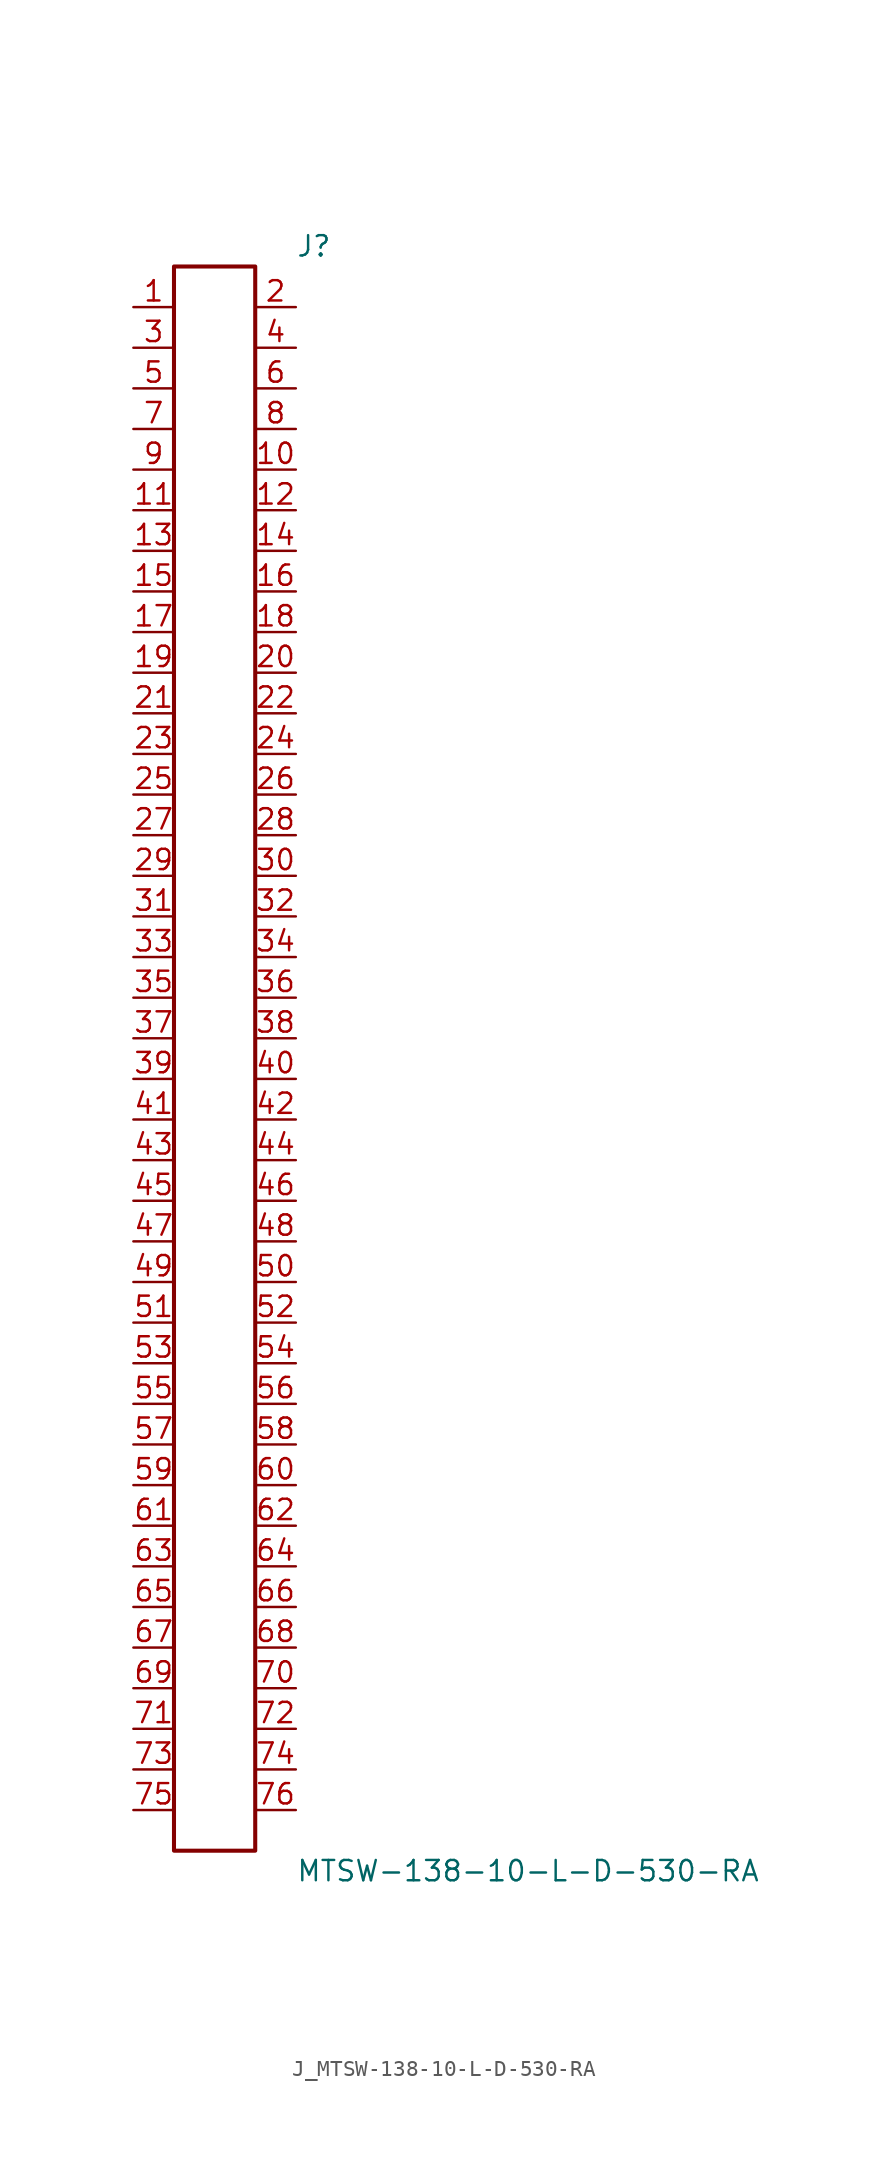
<source format=kicad_sym>
(kicad_symbol_lib
  (version 20231120)
  (generator kicad_symbol_editor)
  (generator_version 8.0)
  (symbol "J_MTSW-138-10-L-D-530-RA"
    (pin_names
      (offset 0.254))
    (property "Reference" "J"
      (at 5.08 50.8 0)
      (effects (font (size 1.27 1.27)) (justify left)))
    (property "Value" "MTSW-138-10-L-D-530-RA"
      (at 5.08 -50.8 0)
      (effects (font (size 1.27 1.27)) (justify left)))
    (symbol "J_MTSW-138-10-L-D-530-RA_0_0"
      (pin passive line (at -5.08 46.99 0) (length 2.54) (name "" (effects (font (size 1.27 1.27)))) (number "1" (effects (font (size 1.27 1.27)))))
      (pin passive line (at 5.08 46.99 180) (length 2.54) (name "" (effects (font (size 1.27 1.27)))) (number "2" (effects (font (size 1.27 1.27)))))
      (pin passive line (at -5.08 44.45 0) (length 2.54) (name "" (effects (font (size 1.27 1.27)))) (number "3" (effects (font (size 1.27 1.27)))))
      (pin passive line (at 5.08 44.45 180) (length 2.54) (name "" (effects (font (size 1.27 1.27)))) (number "4" (effects (font (size 1.27 1.27)))))
      (pin passive line (at -5.08 41.91 0) (length 2.54) (name "" (effects (font (size 1.27 1.27)))) (number "5" (effects (font (size 1.27 1.27)))))
      (pin passive line (at 5.08 41.91 180) (length 2.54) (name "" (effects (font (size 1.27 1.27)))) (number "6" (effects (font (size 1.27 1.27)))))
      (pin passive line (at -5.08 39.37 0) (length 2.54) (name "" (effects (font (size 1.27 1.27)))) (number "7" (effects (font (size 1.27 1.27)))))
      (pin passive line (at 5.08 39.37 180) (length 2.54) (name "" (effects (font (size 1.27 1.27)))) (number "8" (effects (font (size 1.27 1.27)))))
      (pin passive line (at -5.08 36.83 0) (length 2.54) (name "" (effects (font (size 1.27 1.27)))) (number "9" (effects (font (size 1.27 1.27)))))
      (pin passive line (at 5.08 36.83 180) (length 2.54) (name "" (effects (font (size 1.27 1.27)))) (number "10" (effects (font (size 1.27 1.27)))))
      (pin passive line (at -5.08 34.29 0) (length 2.54) (name "" (effects (font (size 1.27 1.27)))) (number "11" (effects (font (size 1.27 1.27)))))
      (pin passive line (at 5.08 34.29 180) (length 2.54) (name "" (effects (font (size 1.27 1.27)))) (number "12" (effects (font (size 1.27 1.27)))))
      (pin passive line (at -5.08 31.75 0) (length 2.54) (name "" (effects (font (size 1.27 1.27)))) (number "13" (effects (font (size 1.27 1.27)))))
      (pin passive line (at 5.08 31.75 180) (length 2.54) (name "" (effects (font (size 1.27 1.27)))) (number "14" (effects (font (size 1.27 1.27)))))
      (pin passive line (at -5.08 29.21 0) (length 2.54) (name "" (effects (font (size 1.27 1.27)))) (number "15" (effects (font (size 1.27 1.27)))))
      (pin passive line (at 5.08 29.21 180) (length 2.54) (name "" (effects (font (size 1.27 1.27)))) (number "16" (effects (font (size 1.27 1.27)))))
      (pin passive line (at -5.08 26.67 0) (length 2.54) (name "" (effects (font (size 1.27 1.27)))) (number "17" (effects (font (size 1.27 1.27)))))
      (pin passive line (at 5.08 26.67 180) (length 2.54) (name "" (effects (font (size 1.27 1.27)))) (number "18" (effects (font (size 1.27 1.27)))))
      (pin passive line (at -5.08 24.13 0) (length 2.54) (name "" (effects (font (size 1.27 1.27)))) (number "19" (effects (font (size 1.27 1.27)))))
      (pin passive line (at 5.08 24.13 180) (length 2.54) (name "" (effects (font (size 1.27 1.27)))) (number "20" (effects (font (size 1.27 1.27)))))
      (pin passive line (at -5.08 21.59 0) (length 2.54) (name "" (effects (font (size 1.27 1.27)))) (number "21" (effects (font (size 1.27 1.27)))))
      (pin passive line (at 5.08 21.59 180) (length 2.54) (name "" (effects (font (size 1.27 1.27)))) (number "22" (effects (font (size 1.27 1.27)))))
      (pin passive line (at -5.08 19.05 0) (length 2.54) (name "" (effects (font (size 1.27 1.27)))) (number "23" (effects (font (size 1.27 1.27)))))
      (pin passive line (at 5.08 19.05 180) (length 2.54) (name "" (effects (font (size 1.27 1.27)))) (number "24" (effects (font (size 1.27 1.27)))))
      (pin passive line (at -5.08 16.51 0) (length 2.54) (name "" (effects (font (size 1.27 1.27)))) (number "25" (effects (font (size 1.27 1.27)))))
      (pin passive line (at 5.08 16.51 180) (length 2.54) (name "" (effects (font (size 1.27 1.27)))) (number "26" (effects (font (size 1.27 1.27)))))
      (pin passive line (at -5.08 13.97 0) (length 2.54) (name "" (effects (font (size 1.27 1.27)))) (number "27" (effects (font (size 1.27 1.27)))))
      (pin passive line (at 5.08 13.97 180) (length 2.54) (name "" (effects (font (size 1.27 1.27)))) (number "28" (effects (font (size 1.27 1.27)))))
      (pin passive line (at -5.08 11.43 0) (length 2.54) (name "" (effects (font (size 1.27 1.27)))) (number "29" (effects (font (size 1.27 1.27)))))
      (pin passive line (at 5.08 11.43 180) (length 2.54) (name "" (effects (font (size 1.27 1.27)))) (number "30" (effects (font (size 1.27 1.27)))))
      (pin passive line (at -5.08 8.89 0) (length 2.54) (name "" (effects (font (size 1.27 1.27)))) (number "31" (effects (font (size 1.27 1.27)))))
      (pin passive line (at 5.08 8.89 180) (length 2.54) (name "" (effects (font (size 1.27 1.27)))) (number "32" (effects (font (size 1.27 1.27)))))
      (pin passive line (at -5.08 6.35 0) (length 2.54) (name "" (effects (font (size 1.27 1.27)))) (number "33" (effects (font (size 1.27 1.27)))))
      (pin passive line (at 5.08 6.35 180) (length 2.54) (name "" (effects (font (size 1.27 1.27)))) (number "34" (effects (font (size 1.27 1.27)))))
      (pin passive line (at -5.08 3.81 0) (length 2.54) (name "" (effects (font (size 1.27 1.27)))) (number "35" (effects (font (size 1.27 1.27)))))
      (pin passive line (at 5.08 3.81 180) (length 2.54) (name "" (effects (font (size 1.27 1.27)))) (number "36" (effects (font (size 1.27 1.27)))))
      (pin passive line (at -5.08 1.27 0) (length 2.54) (name "" (effects (font (size 1.27 1.27)))) (number "37" (effects (font (size 1.27 1.27)))))
      (pin passive line (at 5.08 1.27 180) (length 2.54) (name "" (effects (font (size 1.27 1.27)))) (number "38" (effects (font (size 1.27 1.27)))))
      (pin passive line (at -5.08 -1.27 0) (length 2.54) (name "" (effects (font (size 1.27 1.27)))) (number "39" (effects (font (size 1.27 1.27)))))
      (pin passive line (at 5.08 -1.27 180) (length 2.54) (name "" (effects (font (size 1.27 1.27)))) (number "40" (effects (font (size 1.27 1.27)))))
      (pin passive line (at -5.08 -3.81 0) (length 2.54) (name "" (effects (font (size 1.27 1.27)))) (number "41" (effects (font (size 1.27 1.27)))))
      (pin passive line (at 5.08 -3.81 180) (length 2.54) (name "" (effects (font (size 1.27 1.27)))) (number "42" (effects (font (size 1.27 1.27)))))
      (pin passive line (at -5.08 -6.35 0) (length 2.54) (name "" (effects (font (size 1.27 1.27)))) (number "43" (effects (font (size 1.27 1.27)))))
      (pin passive line (at 5.08 -6.35 180) (length 2.54) (name "" (effects (font (size 1.27 1.27)))) (number "44" (effects (font (size 1.27 1.27)))))
      (pin passive line (at -5.08 -8.89 0) (length 2.54) (name "" (effects (font (size 1.27 1.27)))) (number "45" (effects (font (size 1.27 1.27)))))
      (pin passive line (at 5.08 -8.89 180) (length 2.54) (name "" (effects (font (size 1.27 1.27)))) (number "46" (effects (font (size 1.27 1.27)))))
      (pin passive line (at -5.08 -11.43 0) (length 2.54) (name "" (effects (font (size 1.27 1.27)))) (number "47" (effects (font (size 1.27 1.27)))))
      (pin passive line (at 5.08 -11.43 180) (length 2.54) (name "" (effects (font (size 1.27 1.27)))) (number "48" (effects (font (size 1.27 1.27)))))
      (pin passive line (at -5.08 -13.97 0) (length 2.54) (name "" (effects (font (size 1.27 1.27)))) (number "49" (effects (font (size 1.27 1.27)))))
      (pin passive line (at 5.08 -13.97 180) (length 2.54) (name "" (effects (font (size 1.27 1.27)))) (number "50" (effects (font (size 1.27 1.27)))))
      (pin passive line (at -5.08 -16.51 0) (length 2.54) (name "" (effects (font (size 1.27 1.27)))) (number "51" (effects (font (size 1.27 1.27)))))
      (pin passive line (at 5.08 -16.51 180) (length 2.54) (name "" (effects (font (size 1.27 1.27)))) (number "52" (effects (font (size 1.27 1.27)))))
      (pin passive line (at -5.08 -19.05 0) (length 2.54) (name "" (effects (font (size 1.27 1.27)))) (number "53" (effects (font (size 1.27 1.27)))))
      (pin passive line (at 5.08 -19.05 180) (length 2.54) (name "" (effects (font (size 1.27 1.27)))) (number "54" (effects (font (size 1.27 1.27)))))
      (pin passive line (at -5.08 -21.59 0) (length 2.54) (name "" (effects (font (size 1.27 1.27)))) (number "55" (effects (font (size 1.27 1.27)))))
      (pin passive line (at 5.08 -21.59 180) (length 2.54) (name "" (effects (font (size 1.27 1.27)))) (number "56" (effects (font (size 1.27 1.27)))))
      (pin passive line (at -5.08 -24.13 0) (length 2.54) (name "" (effects (font (size 1.27 1.27)))) (number "57" (effects (font (size 1.27 1.27)))))
      (pin passive line (at 5.08 -24.13 180) (length 2.54) (name "" (effects (font (size 1.27 1.27)))) (number "58" (effects (font (size 1.27 1.27)))))
      (pin passive line (at -5.08 -26.67 0) (length 2.54) (name "" (effects (font (size 1.27 1.27)))) (number "59" (effects (font (size 1.27 1.27)))))
      (pin passive line (at 5.08 -26.67 180) (length 2.54) (name "" (effects (font (size 1.27 1.27)))) (number "60" (effects (font (size 1.27 1.27)))))
      (pin passive line (at -5.08 -29.21 0) (length 2.54) (name "" (effects (font (size 1.27 1.27)))) (number "61" (effects (font (size 1.27 1.27)))))
      (pin passive line (at 5.08 -29.21 180) (length 2.54) (name "" (effects (font (size 1.27 1.27)))) (number "62" (effects (font (size 1.27 1.27)))))
      (pin passive line (at -5.08 -31.75 0) (length 2.54) (name "" (effects (font (size 1.27 1.27)))) (number "63" (effects (font (size 1.27 1.27)))))
      (pin passive line (at 5.08 -31.75 180) (length 2.54) (name "" (effects (font (size 1.27 1.27)))) (number "64" (effects (font (size 1.27 1.27)))))
      (pin passive line (at -5.08 -34.29 0) (length 2.54) (name "" (effects (font (size 1.27 1.27)))) (number "65" (effects (font (size 1.27 1.27)))))
      (pin passive line (at 5.08 -34.29 180) (length 2.54) (name "" (effects (font (size 1.27 1.27)))) (number "66" (effects (font (size 1.27 1.27)))))
      (pin passive line (at -5.08 -36.83 0) (length 2.54) (name "" (effects (font (size 1.27 1.27)))) (number "67" (effects (font (size 1.27 1.27)))))
      (pin passive line (at 5.08 -36.83 180) (length 2.54) (name "" (effects (font (size 1.27 1.27)))) (number "68" (effects (font (size 1.27 1.27)))))
      (pin passive line (at -5.08 -39.37 0) (length 2.54) (name "" (effects (font (size 1.27 1.27)))) (number "69" (effects (font (size 1.27 1.27)))))
      (pin passive line (at 5.08 -39.37 180) (length 2.54) (name "" (effects (font (size 1.27 1.27)))) (number "70" (effects (font (size 1.27 1.27)))))
      (pin passive line (at -5.08 -41.91 0) (length 2.54) (name "" (effects (font (size 1.27 1.27)))) (number "71" (effects (font (size 1.27 1.27)))))
      (pin passive line (at 5.08 -41.91 180) (length 2.54) (name "" (effects (font (size 1.27 1.27)))) (number "72" (effects (font (size 1.27 1.27)))))
      (pin passive line (at -5.08 -44.45 0) (length 2.54) (name "" (effects (font (size 1.27 1.27)))) (number "73" (effects (font (size 1.27 1.27)))))
      (pin passive line (at 5.08 -44.45 180) (length 2.54) (name "" (effects (font (size 1.27 1.27)))) (number "74" (effects (font (size 1.27 1.27)))))
      (pin passive line (at -5.08 -46.99 0) (length 2.54) (name "" (effects (font (size 1.27 1.27)))) (number "75" (effects (font (size 1.27 1.27)))))
      (pin passive line (at 5.08 -46.99 180) (length 2.54) (name "" (effects (font (size 1.27 1.27)))) (number "76" (effects (font (size 1.27 1.27))))))
    (symbol "J_MTSW-138-10-L-D-530-RA_1_0"
      (rectangle (start -2.54 49.53) (end 2.54 -49.53) (stroke (width 0.254) (type solid)) (fill (type none))))))
</source>
